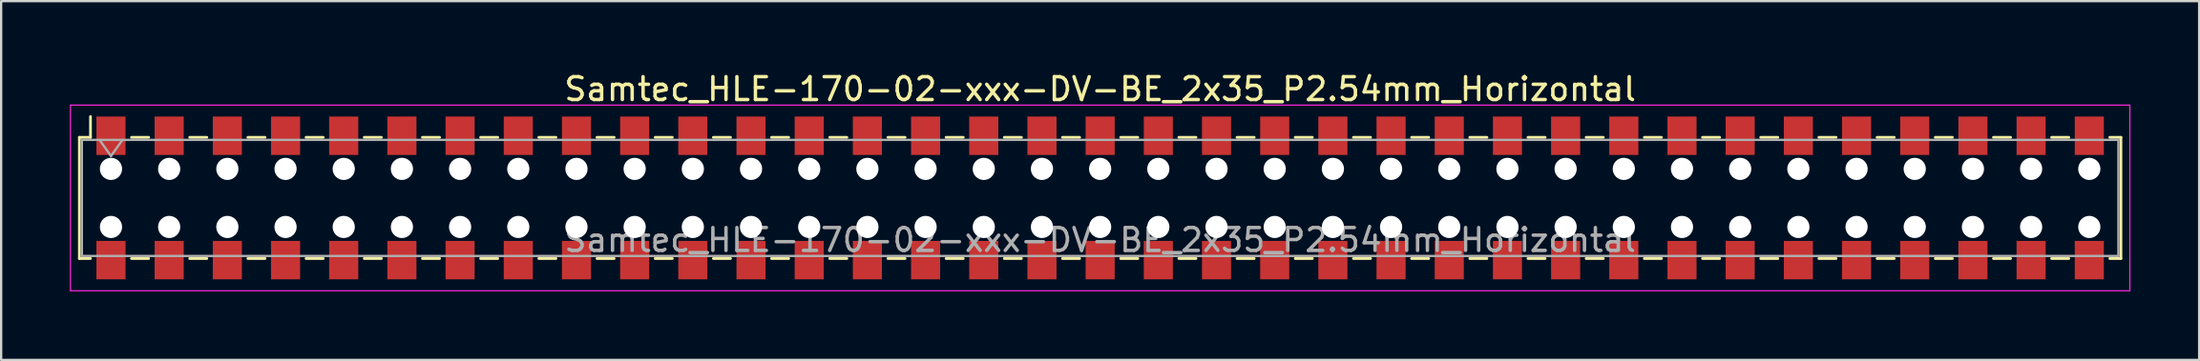
<source format=kicad_pcb>
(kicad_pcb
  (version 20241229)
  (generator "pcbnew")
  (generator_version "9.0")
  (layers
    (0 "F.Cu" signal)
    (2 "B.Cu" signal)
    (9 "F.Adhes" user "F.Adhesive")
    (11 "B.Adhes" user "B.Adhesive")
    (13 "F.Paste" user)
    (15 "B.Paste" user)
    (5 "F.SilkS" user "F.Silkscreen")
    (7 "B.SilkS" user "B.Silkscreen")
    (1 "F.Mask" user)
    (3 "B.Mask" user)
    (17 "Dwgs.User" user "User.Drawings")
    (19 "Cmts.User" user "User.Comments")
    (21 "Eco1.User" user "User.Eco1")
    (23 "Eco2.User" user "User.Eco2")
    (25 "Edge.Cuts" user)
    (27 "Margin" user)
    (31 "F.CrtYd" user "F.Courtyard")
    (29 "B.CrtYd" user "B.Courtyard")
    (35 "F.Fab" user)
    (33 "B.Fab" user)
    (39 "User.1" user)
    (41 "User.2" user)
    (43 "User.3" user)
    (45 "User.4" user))
  (footprint "Samtec_HLE-170-02-xxx-DV-BE_2x35_P2.54mm_Horizontal"
    (layer "F.Cu")
    (at 44.975 5.608)
    (property "Reference" "Samtec_HLE-170-02-xxx-DV-BE_2x35_P2.54mm_Horizontal" (at 0 -4.76 0) (layer "F.SilkS") (effects (font (size 1 1) (thickness 0.15))))
    (attr smd)
    (fp_line (start -44.56 -2.65) (end -44.56 2.65) (stroke (width 0.12) (type solid)) (layer "F.SilkS"))
    (fp_line (start -44.56 2.65) (end -44.075 2.65) (stroke (width 0.12) (type solid)) (layer "F.SilkS"))
    (fp_line (start -44.075 -3.56) (end -44.075 -2.65) (stroke (width 0.12) (type solid)) (layer "F.SilkS"))
    (fp_line (start -44.075 -2.65) (end -44.56 -2.65) (stroke (width 0.12) (type solid)) (layer "F.SilkS"))
    (fp_line (start -42.285 -2.65) (end -41.535 -2.65) (stroke (width 0.12) (type solid)) (layer "F.SilkS"))
    (fp_line (start -42.285 2.65) (end -41.535 2.65) (stroke (width 0.12) (type solid)) (layer "F.SilkS"))
    (fp_line (start -39.745 -2.65) (end -38.995 -2.65) (stroke (width 0.12) (type solid)) (layer "F.SilkS"))
    (fp_line (start -39.745 2.65) (end -38.995 2.65) (stroke (width 0.12) (type solid)) (layer "F.SilkS"))
    (fp_line (start -37.205 -2.65) (end -36.455 -2.65) (stroke (width 0.12) (type solid)) (layer "F.SilkS"))
    (fp_line (start -37.205 2.65) (end -36.455 2.65) (stroke (width 0.12) (type solid)) (layer "F.SilkS"))
    (fp_line (start -34.665 -2.65) (end -33.915 -2.65) (stroke (width 0.12) (type solid)) (layer "F.SilkS"))
    (fp_line (start -34.665 2.65) (end -33.915 2.65) (stroke (width 0.12) (type solid)) (layer "F.SilkS"))
    (fp_line (start -32.125 -2.65) (end -31.375 -2.65) (stroke (width 0.12) (type solid)) (layer "F.SilkS"))
    (fp_line (start -32.125 2.65) (end -31.375 2.65) (stroke (width 0.12) (type solid)) (layer "F.SilkS"))
    (fp_line (start -29.585 -2.65) (end -28.835 -2.65) (stroke (width 0.12) (type solid)) (layer "F.SilkS"))
    (fp_line (start -29.585 2.65) (end -28.835 2.65) (stroke (width 0.12) (type solid)) (layer "F.SilkS"))
    (fp_line (start -27.045 -2.65) (end -26.295 -2.65) (stroke (width 0.12) (type solid)) (layer "F.SilkS"))
    (fp_line (start -27.045 2.65) (end -26.295 2.65) (stroke (width 0.12) (type solid)) (layer "F.SilkS"))
    (fp_line (start -24.505 -2.65) (end -23.755 -2.65) (stroke (width 0.12) (type solid)) (layer "F.SilkS"))
    (fp_line (start -24.505 2.65) (end -23.755 2.65) (stroke (width 0.12) (type solid)) (layer "F.SilkS"))
    (fp_line (start -21.965 -2.65) (end -21.215 -2.65) (stroke (width 0.12) (type solid)) (layer "F.SilkS"))
    (fp_line (start -21.965 2.65) (end -21.215 2.65) (stroke (width 0.12) (type solid)) (layer "F.SilkS"))
    (fp_line (start -19.425 -2.65) (end -18.675 -2.65) (stroke (width 0.12) (type solid)) (layer "F.SilkS"))
    (fp_line (start -19.425 2.65) (end -18.675 2.65) (stroke (width 0.12) (type solid)) (layer "F.SilkS"))
    (fp_line (start -16.885 -2.65) (end -16.135 -2.65) (stroke (width 0.12) (type solid)) (layer "F.SilkS"))
    (fp_line (start -16.885 2.65) (end -16.135 2.65) (stroke (width 0.12) (type solid)) (layer "F.SilkS"))
    (fp_line (start -14.345 -2.65) (end -13.595 -2.65) (stroke (width 0.12) (type solid)) (layer "F.SilkS"))
    (fp_line (start -14.345 2.65) (end -13.595 2.65) (stroke (width 0.12) (type solid)) (layer "F.SilkS"))
    (fp_line (start -11.805 -2.65) (end -11.055 -2.65) (stroke (width 0.12) (type solid)) (layer "F.SilkS"))
    (fp_line (start -11.805 2.65) (end -11.055 2.65) (stroke (width 0.12) (type solid)) (layer "F.SilkS"))
    (fp_line (start -9.265 -2.65) (end -8.515 -2.65) (stroke (width 0.12) (type solid)) (layer "F.SilkS"))
    (fp_line (start -9.265 2.65) (end -8.515 2.65) (stroke (width 0.12) (type solid)) (layer "F.SilkS"))
    (fp_line (start -6.725 -2.65) (end -5.975 -2.65) (stroke (width 0.12) (type solid)) (layer "F.SilkS"))
    (fp_line (start -6.725 2.65) (end -5.975 2.65) (stroke (width 0.12) (type solid)) (layer "F.SilkS"))
    (fp_line (start -4.185 -2.65) (end -3.435 -2.65) (stroke (width 0.12) (type solid)) (layer "F.SilkS"))
    (fp_line (start -4.185 2.65) (end -3.435 2.65) (stroke (width 0.12) (type solid)) (layer "F.SilkS"))
    (fp_line (start -1.645 -2.65) (end -0.895 -2.65) (stroke (width 0.12) (type solid)) (layer "F.SilkS"))
    (fp_line (start -1.645 2.65) (end -0.895 2.65) (stroke (width 0.12) (type solid)) (layer "F.SilkS"))
    (fp_line (start 0.895 -2.65) (end 1.645 -2.65) (stroke (width 0.12) (type solid)) (layer "F.SilkS"))
    (fp_line (start 0.895 2.65) (end 1.645 2.65) (stroke (width 0.12) (type solid)) (layer "F.SilkS"))
    (fp_line (start 3.435 -2.65) (end 4.185 -2.65) (stroke (width 0.12) (type solid)) (layer "F.SilkS"))
    (fp_line (start 3.435 2.65) (end 4.185 2.65) (stroke (width 0.12) (type solid)) (layer "F.SilkS"))
    (fp_line (start 5.975 -2.65) (end 6.725 -2.65) (stroke (width 0.12) (type solid)) (layer "F.SilkS"))
    (fp_line (start 5.975 2.65) (end 6.725 2.65) (stroke (width 0.12) (type solid)) (layer "F.SilkS"))
    (fp_line (start 8.515 -2.65) (end 9.265 -2.65) (stroke (width 0.12) (type solid)) (layer "F.SilkS"))
    (fp_line (start 8.515 2.65) (end 9.265 2.65) (stroke (width 0.12) (type solid)) (layer "F.SilkS"))
    (fp_line (start 11.055 -2.65) (end 11.805 -2.65) (stroke (width 0.12) (type solid)) (layer "F.SilkS"))
    (fp_line (start 11.055 2.65) (end 11.805 2.65) (stroke (width 0.12) (type solid)) (layer "F.SilkS"))
    (fp_line (start 13.595 -2.65) (end 14.345 -2.65) (stroke (width 0.12) (type solid)) (layer "F.SilkS"))
    (fp_line (start 13.595 2.65) (end 14.345 2.65) (stroke (width 0.12) (type solid)) (layer "F.SilkS"))
    (fp_line (start 16.135 -2.65) (end 16.885 -2.65) (stroke (width 0.12) (type solid)) (layer "F.SilkS"))
    (fp_line (start 16.135 2.65) (end 16.885 2.65) (stroke (width 0.12) (type solid)) (layer "F.SilkS"))
    (fp_line (start 18.675 -2.65) (end 19.425 -2.65) (stroke (width 0.12) (type solid)) (layer "F.SilkS"))
    (fp_line (start 18.675 2.65) (end 19.425 2.65) (stroke (width 0.12) (type solid)) (layer "F.SilkS"))
    (fp_line (start 21.215 -2.65) (end 21.965 -2.65) (stroke (width 0.12) (type solid)) (layer "F.SilkS"))
    (fp_line (start 21.215 2.65) (end 21.965 2.65) (stroke (width 0.12) (type solid)) (layer "F.SilkS"))
    (fp_line (start 23.755 -2.65) (end 24.505 -2.65) (stroke (width 0.12) (type solid)) (layer "F.SilkS"))
    (fp_line (start 23.755 2.65) (end 24.505 2.65) (stroke (width 0.12) (type solid)) (layer "F.SilkS"))
    (fp_line (start 26.295 -2.65) (end 27.045 -2.65) (stroke (width 0.12) (type solid)) (layer "F.SilkS"))
    (fp_line (start 26.295 2.65) (end 27.045 2.65) (stroke (width 0.12) (type solid)) (layer "F.SilkS"))
    (fp_line (start 28.835 -2.65) (end 29.585 -2.65) (stroke (width 0.12) (type solid)) (layer "F.SilkS"))
    (fp_line (start 28.835 2.65) (end 29.585 2.65) (stroke (width 0.12) (type solid)) (layer "F.SilkS"))
    (fp_line (start 31.375 -2.65) (end 32.125 -2.65) (stroke (width 0.12) (type solid)) (layer "F.SilkS"))
    (fp_line (start 31.375 2.65) (end 32.125 2.65) (stroke (width 0.12) (type solid)) (layer "F.SilkS"))
    (fp_line (start 33.915 -2.65) (end 34.665 -2.65) (stroke (width 0.12) (type solid)) (layer "F.SilkS"))
    (fp_line (start 33.915 2.65) (end 34.665 2.65) (stroke (width 0.12) (type solid)) (layer "F.SilkS"))
    (fp_line (start 36.455 -2.65) (end 37.205 -2.65) (stroke (width 0.12) (type solid)) (layer "F.SilkS"))
    (fp_line (start 36.455 2.65) (end 37.205 2.65) (stroke (width 0.12) (type solid)) (layer "F.SilkS"))
    (fp_line (start 38.995 -2.65) (end 39.745 -2.65) (stroke (width 0.12) (type solid)) (layer "F.SilkS"))
    (fp_line (start 38.995 2.65) (end 39.745 2.65) (stroke (width 0.12) (type solid)) (layer "F.SilkS"))
    (fp_line (start 41.535 -2.65) (end 42.285 -2.65) (stroke (width 0.12) (type solid)) (layer "F.SilkS"))
    (fp_line (start 41.535 2.65) (end 42.285 2.65) (stroke (width 0.12) (type solid)) (layer "F.SilkS"))
    (fp_line (start 44.075 -2.65) (end 44.56 -2.65) (stroke (width 0.12) (type solid)) (layer "F.SilkS"))
    (fp_line (start 44.56 -2.65) (end 44.56 2.65) (stroke (width 0.12) (type solid)) (layer "F.SilkS"))
    (fp_line (start 44.56 2.65) (end 44.075 2.65) (stroke (width 0.12) (type solid)) (layer "F.SilkS"))
    (fp_line (start -44.95 -4.06) (end 44.95 -4.06) (stroke (width 0.05) (type solid)) (layer "F.CrtYd"))
    (fp_line (start -44.95 4.06) (end -44.95 -4.06) (stroke (width 0.05) (type solid)) (layer "F.CrtYd"))
    (fp_line (start 44.95 -4.06) (end 44.95 4.06) (stroke (width 0.05) (type solid)) (layer "F.CrtYd"))
    (fp_line (start 44.95 4.06) (end -44.95 4.06) (stroke (width 0.05) (type solid)) (layer "F.CrtYd"))
    (fp_line (start -44.45 -2.54) (end 44.45 -2.54) (stroke (width 0.1) (type solid)) (layer "F.Fab"))
    (fp_line (start -44.45 2.54) (end -44.45 -2.54) (stroke (width 0.1) (type solid)) (layer "F.Fab"))
    (fp_line (start -43.68 -2.54) (end -43.18 -1.833) (stroke (width 0.1) (type solid)) (layer "F.Fab"))
    (fp_line (start -43.18 -1.833) (end -42.68 -2.54) (stroke (width 0.1) (type solid)) (layer "F.Fab"))
    (fp_line (start 44.45 -2.54) (end 44.45 2.54) (stroke (width 0.1) (type solid)) (layer "F.Fab"))
    (fp_line (start 44.45 2.54) (end -44.45 2.54) (stroke (width 0.1) (type solid)) (layer "F.Fab"))
    (fp_text user "${REFERENCE}" (at 0 1.84 0) (layer "F.Fab") (effects (font (size 1 1) (thickness 0.15))))
    (pad "" np_thru_hole circle (at -43.18 -1.27) (size 0.97 0.97) (drill 0.97) (layers "*.Cu" "*.Mask"))
    (pad "" np_thru_hole circle (at -43.18 1.27) (size 0.97 0.97) (drill 0.97) (layers "*.Cu" "*.Mask"))
    (pad "" np_thru_hole circle (at -40.64 -1.27) (size 0.97 0.97) (drill 0.97) (layers "*.Cu" "*.Mask"))
    (pad "" np_thru_hole circle (at -40.64 1.27) (size 0.97 0.97) (drill 0.97) (layers "*.Cu" "*.Mask"))
    (pad "" np_thru_hole circle (at -38.1 -1.27) (size 0.97 0.97) (drill 0.97) (layers "*.Cu" "*.Mask"))
    (pad "" np_thru_hole circle (at -38.1 1.27) (size 0.97 0.97) (drill 0.97) (layers "*.Cu" "*.Mask"))
    (pad "" np_thru_hole circle (at -35.56 -1.27) (size 0.97 0.97) (drill 0.97) (layers "*.Cu" "*.Mask"))
    (pad "" np_thru_hole circle (at -35.56 1.27) (size 0.97 0.97) (drill 0.97) (layers "*.Cu" "*.Mask"))
    (pad "" np_thru_hole circle (at -33.02 -1.27) (size 0.97 0.97) (drill 0.97) (layers "*.Cu" "*.Mask"))
    (pad "" np_thru_hole circle (at -33.02 1.27) (size 0.97 0.97) (drill 0.97) (layers "*.Cu" "*.Mask"))
    (pad "" np_thru_hole circle (at -30.48 -1.27) (size 0.97 0.97) (drill 0.97) (layers "*.Cu" "*.Mask"))
    (pad "" np_thru_hole circle (at -30.48 1.27) (size 0.97 0.97) (drill 0.97) (layers "*.Cu" "*.Mask"))
    (pad "" np_thru_hole circle (at -27.94 -1.27) (size 0.97 0.97) (drill 0.97) (layers "*.Cu" "*.Mask"))
    (pad "" np_thru_hole circle (at -27.94 1.27) (size 0.97 0.97) (drill 0.97) (layers "*.Cu" "*.Mask"))
    (pad "" np_thru_hole circle (at -25.4 -1.27) (size 0.97 0.97) (drill 0.97) (layers "*.Cu" "*.Mask"))
    (pad "" np_thru_hole circle (at -25.4 1.27) (size 0.97 0.97) (drill 0.97) (layers "*.Cu" "*.Mask"))
    (pad "" np_thru_hole circle (at -22.86 -1.27) (size 0.97 0.97) (drill 0.97) (layers "*.Cu" "*.Mask"))
    (pad "" np_thru_hole circle (at -22.86 1.27) (size 0.97 0.97) (drill 0.97) (layers "*.Cu" "*.Mask"))
    (pad "" np_thru_hole circle (at -20.32 -1.27) (size 0.97 0.97) (drill 0.97) (layers "*.Cu" "*.Mask"))
    (pad "" np_thru_hole circle (at -20.32 1.27) (size 0.97 0.97) (drill 0.97) (layers "*.Cu" "*.Mask"))
    (pad "" np_thru_hole circle (at -17.78 -1.27) (size 0.97 0.97) (drill 0.97) (layers "*.Cu" "*.Mask"))
    (pad "" np_thru_hole circle (at -17.78 1.27) (size 0.97 0.97) (drill 0.97) (layers "*.Cu" "*.Mask"))
    (pad "" np_thru_hole circle (at -15.24 -1.27) (size 0.97 0.97) (drill 0.97) (layers "*.Cu" "*.Mask"))
    (pad "" np_thru_hole circle (at -15.24 1.27) (size 0.97 0.97) (drill 0.97) (layers "*.Cu" "*.Mask"))
    (pad "" np_thru_hole circle (at -12.7 -1.27) (size 0.97 0.97) (drill 0.97) (layers "*.Cu" "*.Mask"))
    (pad "" np_thru_hole circle (at -12.7 1.27) (size 0.97 0.97) (drill 0.97) (layers "*.Cu" "*.Mask"))
    (pad "" np_thru_hole circle (at -10.16 -1.27) (size 0.97 0.97) (drill 0.97) (layers "*.Cu" "*.Mask"))
    (pad "" np_thru_hole circle (at -10.16 1.27) (size 0.97 0.97) (drill 0.97) (layers "*.Cu" "*.Mask"))
    (pad "" np_thru_hole circle (at -7.62 -1.27) (size 0.97 0.97) (drill 0.97) (layers "*.Cu" "*.Mask"))
    (pad "" np_thru_hole circle (at -7.62 1.27) (size 0.97 0.97) (drill 0.97) (layers "*.Cu" "*.Mask"))
    (pad "" np_thru_hole circle (at -5.08 -1.27) (size 0.97 0.97) (drill 0.97) (layers "*.Cu" "*.Mask"))
    (pad "" np_thru_hole circle (at -5.08 1.27) (size 0.97 0.97) (drill 0.97) (layers "*.Cu" "*.Mask"))
    (pad "" np_thru_hole circle (at -2.54 -1.27) (size 0.97 0.97) (drill 0.97) (layers "*.Cu" "*.Mask"))
    (pad "" np_thru_hole circle (at -2.54 1.27) (size 0.97 0.97) (drill 0.97) (layers "*.Cu" "*.Mask"))
    (pad "" np_thru_hole circle (at 0 -1.27) (size 0.97 0.97) (drill 0.97) (layers "*.Cu" "*.Mask"))
    (pad "" np_thru_hole circle (at 0 1.27) (size 0.97 0.97) (drill 0.97) (layers "*.Cu" "*.Mask"))
    (pad "" np_thru_hole circle (at 2.54 -1.27) (size 0.97 0.97) (drill 0.97) (layers "*.Cu" "*.Mask"))
    (pad "" np_thru_hole circle (at 2.54 1.27) (size 0.97 0.97) (drill 0.97) (layers "*.Cu" "*.Mask"))
    (pad "" np_thru_hole circle (at 5.08 -1.27) (size 0.97 0.97) (drill 0.97) (layers "*.Cu" "*.Mask"))
    (pad "" np_thru_hole circle (at 5.08 1.27) (size 0.97 0.97) (drill 0.97) (layers "*.Cu" "*.Mask"))
    (pad "" np_thru_hole circle (at 7.62 -1.27) (size 0.97 0.97) (drill 0.97) (layers "*.Cu" "*.Mask"))
    (pad "" np_thru_hole circle (at 7.62 1.27) (size 0.97 0.97) (drill 0.97) (layers "*.Cu" "*.Mask"))
    (pad "" np_thru_hole circle (at 10.16 -1.27) (size 0.97 0.97) (drill 0.97) (layers "*.Cu" "*.Mask"))
    (pad "" np_thru_hole circle (at 10.16 1.27) (size 0.97 0.97) (drill 0.97) (layers "*.Cu" "*.Mask"))
    (pad "" np_thru_hole circle (at 12.7 -1.27) (size 0.97 0.97) (drill 0.97) (layers "*.Cu" "*.Mask"))
    (pad "" np_thru_hole circle (at 12.7 1.27) (size 0.97 0.97) (drill 0.97) (layers "*.Cu" "*.Mask"))
    (pad "" np_thru_hole circle (at 15.24 -1.27) (size 0.97 0.97) (drill 0.97) (layers "*.Cu" "*.Mask"))
    (pad "" np_thru_hole circle (at 15.24 1.27) (size 0.97 0.97) (drill 0.97) (layers "*.Cu" "*.Mask"))
    (pad "" np_thru_hole circle (at 17.78 -1.27) (size 0.97 0.97) (drill 0.97) (layers "*.Cu" "*.Mask"))
    (pad "" np_thru_hole circle (at 17.78 1.27) (size 0.97 0.97) (drill 0.97) (layers "*.Cu" "*.Mask"))
    (pad "" np_thru_hole circle (at 20.32 -1.27) (size 0.97 0.97) (drill 0.97) (layers "*.Cu" "*.Mask"))
    (pad "" np_thru_hole circle (at 20.32 1.27) (size 0.97 0.97) (drill 0.97) (layers "*.Cu" "*.Mask"))
    (pad "" np_thru_hole circle (at 22.86 -1.27) (size 0.97 0.97) (drill 0.97) (layers "*.Cu" "*.Mask"))
    (pad "" np_thru_hole circle (at 22.86 1.27) (size 0.97 0.97) (drill 0.97) (layers "*.Cu" "*.Mask"))
    (pad "" np_thru_hole circle (at 25.4 -1.27) (size 0.97 0.97) (drill 0.97) (layers "*.Cu" "*.Mask"))
    (pad "" np_thru_hole circle (at 25.4 1.27) (size 0.97 0.97) (drill 0.97) (layers "*.Cu" "*.Mask"))
    (pad "" np_thru_hole circle (at 27.94 -1.27) (size 0.97 0.97) (drill 0.97) (layers "*.Cu" "*.Mask"))
    (pad "" np_thru_hole circle (at 27.94 1.27) (size 0.97 0.97) (drill 0.97) (layers "*.Cu" "*.Mask"))
    (pad "" np_thru_hole circle (at 30.48 -1.27) (size 0.97 0.97) (drill 0.97) (layers "*.Cu" "*.Mask"))
    (pad "" np_thru_hole circle (at 30.48 1.27) (size 0.97 0.97) (drill 0.97) (layers "*.Cu" "*.Mask"))
    (pad "" np_thru_hole circle (at 33.02 -1.27) (size 0.97 0.97) (drill 0.97) (layers "*.Cu" "*.Mask"))
    (pad "" np_thru_hole circle (at 33.02 1.27) (size 0.97 0.97) (drill 0.97) (layers "*.Cu" "*.Mask"))
    (pad "" np_thru_hole circle (at 35.56 -1.27) (size 0.97 0.97) (drill 0.97) (layers "*.Cu" "*.Mask"))
    (pad "" np_thru_hole circle (at 35.56 1.27) (size 0.97 0.97) (drill 0.97) (layers "*.Cu" "*.Mask"))
    (pad "" np_thru_hole circle (at 38.1 -1.27) (size 0.97 0.97) (drill 0.97) (layers "*.Cu" "*.Mask"))
    (pad "" np_thru_hole circle (at 38.1 1.27) (size 0.97 0.97) (drill 0.97) (layers "*.Cu" "*.Mask"))
    (pad "" np_thru_hole circle (at 40.64 -1.27) (size 0.97 0.97) (drill 0.97) (layers "*.Cu" "*.Mask"))
    (pad "" np_thru_hole circle (at 40.64 1.27) (size 0.97 0.97) (drill 0.97) (layers "*.Cu" "*.Mask"))
    (pad "" np_thru_hole circle (at 43.18 -1.27) (size 0.97 0.97) (drill 0.97) (layers "*.Cu" "*.Mask"))
    (pad "" np_thru_hole circle (at 43.18 1.27) (size 0.97 0.97) (drill 0.97) (layers "*.Cu" "*.Mask"))
    (pad "1" smd rect (at -43.18 -2.72) (size 1.27 1.68) (layers "F.Cu" "F.Mask" "F.Paste"))
    (pad "2" smd rect (at -43.18 2.72) (size 1.27 1.68) (layers "F.Cu" "F.Mask" "F.Paste"))
    (pad "3" smd rect (at -40.64 -2.72) (size 1.27 1.68) (layers "F.Cu" "F.Mask" "F.Paste"))
    (pad "4" smd rect (at -40.64 2.72) (size 1.27 1.68) (layers "F.Cu" "F.Mask" "F.Paste"))
    (pad "5" smd rect (at -38.1 -2.72) (size 1.27 1.68) (layers "F.Cu" "F.Mask" "F.Paste"))
    (pad "6" smd rect (at -38.1 2.72) (size 1.27 1.68) (layers "F.Cu" "F.Mask" "F.Paste"))
    (pad "7" smd rect (at -35.56 -2.72) (size 1.27 1.68) (layers "F.Cu" "F.Mask" "F.Paste"))
    (pad "8" smd rect (at -35.56 2.72) (size 1.27 1.68) (layers "F.Cu" "F.Mask" "F.Paste"))
    (pad "9" smd rect (at -33.02 -2.72) (size 1.27 1.68) (layers "F.Cu" "F.Mask" "F.Paste"))
    (pad "10" smd rect (at -33.02 2.72) (size 1.27 1.68) (layers "F.Cu" "F.Mask" "F.Paste"))
    (pad "11" smd rect (at -30.48 -2.72) (size 1.27 1.68) (layers "F.Cu" "F.Mask" "F.Paste"))
    (pad "12" smd rect (at -30.48 2.72) (size 1.27 1.68) (layers "F.Cu" "F.Mask" "F.Paste"))
    (pad "13" smd rect (at -27.94 -2.72) (size 1.27 1.68) (layers "F.Cu" "F.Mask" "F.Paste"))
    (pad "14" smd rect (at -27.94 2.72) (size 1.27 1.68) (layers "F.Cu" "F.Mask" "F.Paste"))
    (pad "15" smd rect (at -25.4 -2.72) (size 1.27 1.68) (layers "F.Cu" "F.Mask" "F.Paste"))
    (pad "16" smd rect (at -25.4 2.72) (size 1.27 1.68) (layers "F.Cu" "F.Mask" "F.Paste"))
    (pad "17" smd rect (at -22.86 -2.72) (size 1.27 1.68) (layers "F.Cu" "F.Mask" "F.Paste"))
    (pad "18" smd rect (at -22.86 2.72) (size 1.27 1.68) (layers "F.Cu" "F.Mask" "F.Paste"))
    (pad "19" smd rect (at -20.32 -2.72) (size 1.27 1.68) (layers "F.Cu" "F.Mask" "F.Paste"))
    (pad "20" smd rect (at -20.32 2.72) (size 1.27 1.68) (layers "F.Cu" "F.Mask" "F.Paste"))
    (pad "21" smd rect (at -17.78 -2.72) (size 1.27 1.68) (layers "F.Cu" "F.Mask" "F.Paste"))
    (pad "22" smd rect (at -17.78 2.72) (size 1.27 1.68) (layers "F.Cu" "F.Mask" "F.Paste"))
    (pad "23" smd rect (at -15.24 -2.72) (size 1.27 1.68) (layers "F.Cu" "F.Mask" "F.Paste"))
    (pad "24" smd rect (at -15.24 2.72) (size 1.27 1.68) (layers "F.Cu" "F.Mask" "F.Paste"))
    (pad "25" smd rect (at -12.7 -2.72) (size 1.27 1.68) (layers "F.Cu" "F.Mask" "F.Paste"))
    (pad "26" smd rect (at -12.7 2.72) (size 1.27 1.68) (layers "F.Cu" "F.Mask" "F.Paste"))
    (pad "27" smd rect (at -10.16 -2.72) (size 1.27 1.68) (layers "F.Cu" "F.Mask" "F.Paste"))
    (pad "28" smd rect (at -10.16 2.72) (size 1.27 1.68) (layers "F.Cu" "F.Mask" "F.Paste"))
    (pad "29" smd rect (at -7.62 -2.72) (size 1.27 1.68) (layers "F.Cu" "F.Mask" "F.Paste"))
    (pad "30" smd rect (at -7.62 2.72) (size 1.27 1.68) (layers "F.Cu" "F.Mask" "F.Paste"))
    (pad "31" smd rect (at -5.08 -2.72) (size 1.27 1.68) (layers "F.Cu" "F.Mask" "F.Paste"))
    (pad "32" smd rect (at -5.08 2.72) (size 1.27 1.68) (layers "F.Cu" "F.Mask" "F.Paste"))
    (pad "33" smd rect (at -2.54 -2.72) (size 1.27 1.68) (layers "F.Cu" "F.Mask" "F.Paste"))
    (pad "34" smd rect (at -2.54 2.72) (size 1.27 1.68) (layers "F.Cu" "F.Mask" "F.Paste"))
    (pad "35" smd rect (at 0 -2.72) (size 1.27 1.68) (layers "F.Cu" "F.Mask" "F.Paste"))
    (pad "36" smd rect (at 0 2.72) (size 1.27 1.68) (layers "F.Cu" "F.Mask" "F.Paste"))
    (pad "37" smd rect (at 2.54 -2.72) (size 1.27 1.68) (layers "F.Cu" "F.Mask" "F.Paste"))
    (pad "38" smd rect (at 2.54 2.72) (size 1.27 1.68) (layers "F.Cu" "F.Mask" "F.Paste"))
    (pad "39" smd rect (at 5.08 -2.72) (size 1.27 1.68) (layers "F.Cu" "F.Mask" "F.Paste"))
    (pad "40" smd rect (at 5.08 2.72) (size 1.27 1.68) (layers "F.Cu" "F.Mask" "F.Paste"))
    (pad "41" smd rect (at 7.62 -2.72) (size 1.27 1.68) (layers "F.Cu" "F.Mask" "F.Paste"))
    (pad "42" smd rect (at 7.62 2.72) (size 1.27 1.68) (layers "F.Cu" "F.Mask" "F.Paste"))
    (pad "43" smd rect (at 10.16 -2.72) (size 1.27 1.68) (layers "F.Cu" "F.Mask" "F.Paste"))
    (pad "44" smd rect (at 10.16 2.72) (size 1.27 1.68) (layers "F.Cu" "F.Mask" "F.Paste"))
    (pad "45" smd rect (at 12.7 -2.72) (size 1.27 1.68) (layers "F.Cu" "F.Mask" "F.Paste"))
    (pad "46" smd rect (at 12.7 2.72) (size 1.27 1.68) (layers "F.Cu" "F.Mask" "F.Paste"))
    (pad "47" smd rect (at 15.24 -2.72) (size 1.27 1.68) (layers "F.Cu" "F.Mask" "F.Paste"))
    (pad "48" smd rect (at 15.24 2.72) (size 1.27 1.68) (layers "F.Cu" "F.Mask" "F.Paste"))
    (pad "49" smd rect (at 17.78 -2.72) (size 1.27 1.68) (layers "F.Cu" "F.Mask" "F.Paste"))
    (pad "50" smd rect (at 17.78 2.72) (size 1.27 1.68) (layers "F.Cu" "F.Mask" "F.Paste"))
    (pad "51" smd rect (at 20.32 -2.72) (size 1.27 1.68) (layers "F.Cu" "F.Mask" "F.Paste"))
    (pad "52" smd rect (at 20.32 2.72) (size 1.27 1.68) (layers "F.Cu" "F.Mask" "F.Paste"))
    (pad "53" smd rect (at 22.86 -2.72) (size 1.27 1.68) (layers "F.Cu" "F.Mask" "F.Paste"))
    (pad "54" smd rect (at 22.86 2.72) (size 1.27 1.68) (layers "F.Cu" "F.Mask" "F.Paste"))
    (pad "55" smd rect (at 25.4 -2.72) (size 1.27 1.68) (layers "F.Cu" "F.Mask" "F.Paste"))
    (pad "56" smd rect (at 25.4 2.72) (size 1.27 1.68) (layers "F.Cu" "F.Mask" "F.Paste"))
    (pad "57" smd rect (at 27.94 -2.72) (size 1.27 1.68) (layers "F.Cu" "F.Mask" "F.Paste"))
    (pad "58" smd rect (at 27.94 2.72) (size 1.27 1.68) (layers "F.Cu" "F.Mask" "F.Paste"))
    (pad "59" smd rect (at 30.48 -2.72) (size 1.27 1.68) (layers "F.Cu" "F.Mask" "F.Paste"))
    (pad "60" smd rect (at 30.48 2.72) (size 1.27 1.68) (layers "F.Cu" "F.Mask" "F.Paste"))
    (pad "61" smd rect (at 33.02 -2.72) (size 1.27 1.68) (layers "F.Cu" "F.Mask" "F.Paste"))
    (pad "62" smd rect (at 33.02 2.72) (size 1.27 1.68) (layers "F.Cu" "F.Mask" "F.Paste"))
    (pad "63" smd rect (at 35.56 -2.72) (size 1.27 1.68) (layers "F.Cu" "F.Mask" "F.Paste"))
    (pad "64" smd rect (at 35.56 2.72) (size 1.27 1.68) (layers "F.Cu" "F.Mask" "F.Paste"))
    (pad "65" smd rect (at 38.1 -2.72) (size 1.27 1.68) (layers "F.Cu" "F.Mask" "F.Paste"))
    (pad "66" smd rect (at 38.1 2.72) (size 1.27 1.68) (layers "F.Cu" "F.Mask" "F.Paste"))
    (pad "67" smd rect (at 40.64 -2.72) (size 1.27 1.68) (layers "F.Cu" "F.Mask" "F.Paste"))
    (pad "68" smd rect (at 40.64 2.72) (size 1.27 1.68) (layers "F.Cu" "F.Mask" "F.Paste"))
    (pad "69" smd rect (at 43.18 -2.72) (size 1.27 1.68) (layers "F.Cu" "F.Mask" "F.Paste"))
    (pad "70" smd rect (at 43.18 2.72) (size 1.27 1.68) (layers "F.Cu" "F.Mask" "F.Paste")))
  (gr_rect
    (start -3 -3)
    (end 92.95 12.693)
    (stroke (width 0.1) (type default))
    (fill no)
    (layer "Edge.Cuts")))
</source>
